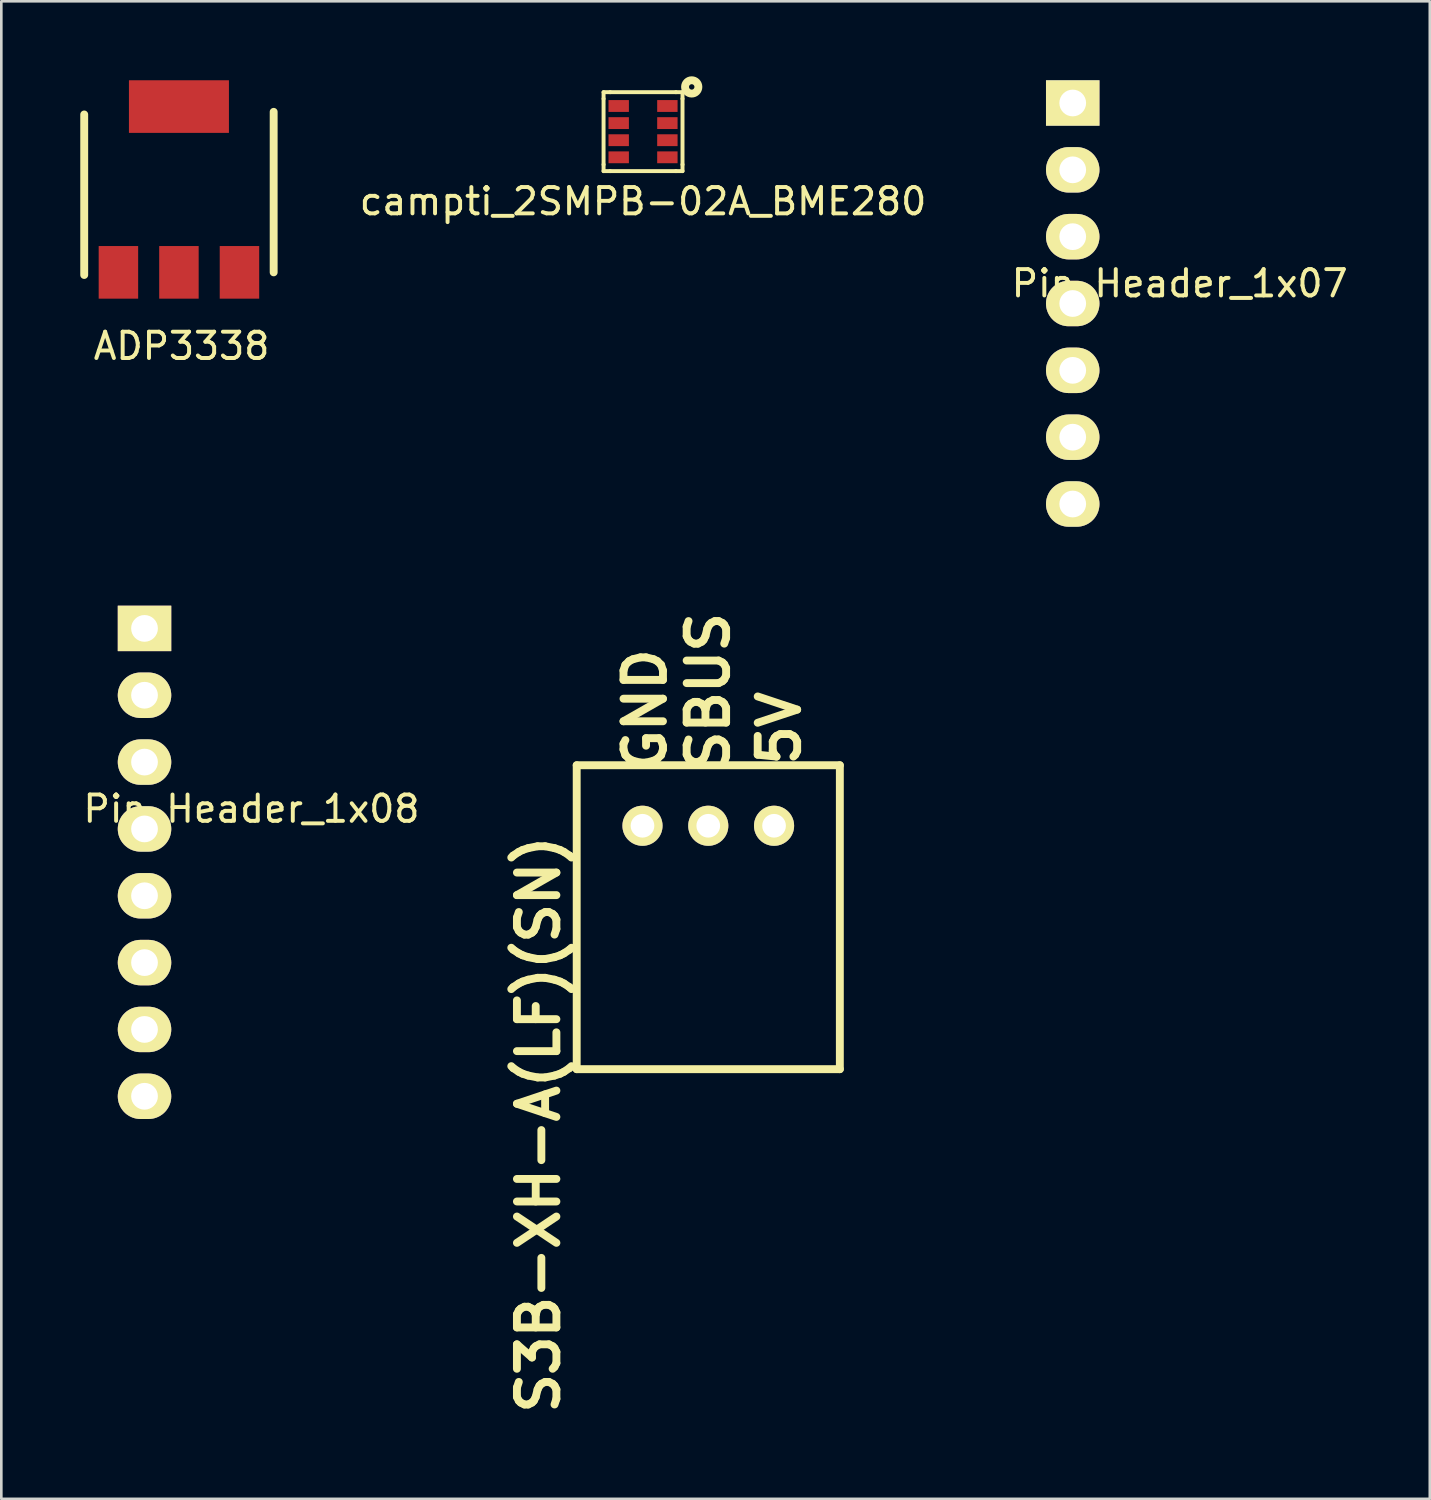
<source format=kicad_pcb>
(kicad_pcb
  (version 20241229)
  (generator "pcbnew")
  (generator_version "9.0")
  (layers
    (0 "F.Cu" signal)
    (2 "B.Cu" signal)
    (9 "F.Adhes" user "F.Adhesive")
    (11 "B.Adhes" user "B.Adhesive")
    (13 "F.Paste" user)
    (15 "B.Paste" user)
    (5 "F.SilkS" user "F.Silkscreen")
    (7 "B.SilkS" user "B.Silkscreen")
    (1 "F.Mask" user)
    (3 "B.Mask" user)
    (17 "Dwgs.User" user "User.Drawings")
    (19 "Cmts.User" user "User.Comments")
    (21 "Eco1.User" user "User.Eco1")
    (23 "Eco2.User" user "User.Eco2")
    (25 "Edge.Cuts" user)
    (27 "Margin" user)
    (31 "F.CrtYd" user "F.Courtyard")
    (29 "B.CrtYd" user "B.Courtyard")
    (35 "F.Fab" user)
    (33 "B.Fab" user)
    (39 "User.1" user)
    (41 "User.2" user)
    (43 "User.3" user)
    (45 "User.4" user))
  (footprint "ADP3338"
    (layer "F.Cu")
    (at 3.75 7.3)
    (property "Reference" "ADP3338" (at 0.1 2.8 0) (layer "F.SilkS") (effects (font (size 1 1) (thickness 0.15))))
    (attr through_hole)
    (fp_line (start -3.6 -6) (end -3.6 0.1) (stroke (width 0.3) (type solid)) (layer "F.SilkS"))
    (fp_line (start 3.6 -6.1) (end 3.6 0) (stroke (width 0.3) (type solid)) (layer "F.SilkS"))
    (pad "" smd rect (at 0 -6.3) (size 3.8 2) (layers "F.Cu" "F.Mask" "F.Paste"))
    (pad "1" smd rect (at -2.3 0) (size 1.5 2) (layers "F.Cu" "F.Mask" "F.Paste"))
    (pad "2" smd rect (at 0 0) (size 1.5 2) (layers "F.Cu" "F.Mask" "F.Paste"))
    (pad "3" smd rect (at 2.3 0) (size 1.5 2) (layers "F.Cu" "F.Mask" "F.Paste")))
  (footprint "campti_2SMPB-02A_BME280"
    (layer "F.Cu")
    (at 21.387 1.953)
    (property "Reference" "campti_2SMPB-02A_BME280" (at 0 2.65 0) (layer "F.SilkS") (effects (font (size 1 1) (thickness 0.15))))
    (attr through_hole)
    (fp_line (start -1.5 -1.5) (end -1.5 -1.25) (stroke (width 0.15) (type solid)) (layer "F.SilkS"))
    (fp_line (start -1.5 -1.25) (end -1.5 1.25) (stroke (width 0.15) (type solid)) (layer "F.SilkS"))
    (fp_line (start -1.5 1.25) (end -1.5 1.5) (stroke (width 0.15) (type solid)) (layer "F.SilkS"))
    (fp_line (start -1.5 1.5) (end -1.25 1.5) (stroke (width 0.15) (type solid)) (layer "F.SilkS"))
    (fp_line (start -1.25 -1.5) (end -1.5 -1.5) (stroke (width 0.15) (type solid)) (layer "F.SilkS"))
    (fp_line (start -1.25 1.5) (end 1.25 1.5) (stroke (width 0.15) (type solid)) (layer "F.SilkS"))
    (fp_line (start 1.25 -1.5) (end -1.25 -1.5) (stroke (width 0.15) (type solid)) (layer "F.SilkS"))
    (fp_line (start 1.25 1.5) (end 1.5 1.5) (stroke (width 0.15) (type solid)) (layer "F.SilkS"))
    (fp_line (start 1.5 -1.5) (end 1.25 -1.5) (stroke (width 0.15) (type solid)) (layer "F.SilkS"))
    (fp_line (start 1.5 -1.25) (end 1.5 -1.5) (stroke (width 0.15) (type solid)) (layer "F.SilkS"))
    (fp_line (start 1.5 1.25) (end 1.5 -1.25) (stroke (width 0.15) (type solid)) (layer "F.SilkS"))
    (fp_line (start 1.5 1.5) (end 1.5 1.25) (stroke (width 0.15) (type solid)) (layer "F.SilkS"))
    (fp_circle (center 1.85 -1.7) (end 1.875 -1.6) (stroke (width 0.3) (type solid)) (fill no) (layer "F.SilkS"))
    (pad "1" smd rect (at 0.925 -0.975) (size 0.775 0.45) (layers "F.Cu" "F.Mask" "F.Paste"))
    (pad "2" smd rect (at 0.925 -0.325) (size 0.775 0.45) (layers "F.Cu" "F.Mask" "F.Paste"))
    (pad "3" smd rect (at 0.925 0.325) (size 0.775 0.45) (layers "F.Cu" "F.Mask" "F.Paste"))
    (pad "4" smd rect (at 0.925 0.975) (size 0.775 0.45) (layers "F.Cu" "F.Mask" "F.Paste"))
    (pad "5" smd rect (at -0.925 0.975) (size 0.775 0.45) (layers "F.Cu" "F.Mask" "F.Paste"))
    (pad "6" smd rect (at -0.925 0.325) (size 0.775 0.45) (layers "F.Cu" "F.Mask" "F.Paste"))
    (pad "7" smd rect (at -0.925 -0.325) (size 0.775 0.45) (layers "F.Cu" "F.Mask" "F.Paste"))
    (pad "8" smd rect (at -0.925 -0.975) (size 0.775 0.45) (layers "F.Cu" "F.Mask" "F.Paste")))
  (footprint "Pin_Header_1x08"
    (placed yes)
    (layer "F.Cu")
    (at 2.442 20.831)
    (property "Reference" "Pin_Header_1x08" (at 4.064 6.858 0) (layer "F.SilkS") (effects (font (size 1 1) (thickness 0.15))))
    (attr through_hole)
    (pad "1" thru_hole rect (at 0 0) (size 2.032 1.727) (drill 1.016) (layers "*.Cu" "*.Mask" "F.SilkS"))
    (pad "2" thru_hole oval (at 0 2.54) (size 2.032 1.727) (drill 1.016) (layers "*.Cu" "*.Mask" "F.SilkS"))
    (pad "3" thru_hole oval (at 0 5.08) (size 2.032 1.727) (drill 1.016) (layers "*.Cu" "*.Mask" "F.SilkS"))
    (pad "4" thru_hole oval (at 0 7.62) (size 2.032 1.727) (drill 1.016) (layers "*.Cu" "*.Mask" "F.SilkS"))
    (pad "5" thru_hole oval (at 0 10.16) (size 2.032 1.727) (drill 1.016) (layers "*.Cu" "*.Mask" "F.SilkS"))
    (pad "6" thru_hole oval (at 0 12.7) (size 2.032 1.727) (drill 1.016) (layers "*.Cu" "*.Mask" "F.SilkS"))
    (pad "7" thru_hole oval (at 0 15.24) (size 2.032 1.727) (drill 1.016) (layers "*.Cu" "*.Mask" "F.SilkS"))
    (pad "8" thru_hole oval (at 0 17.78) (size 2.032 1.727) (drill 1.016) (layers "*.Cu" "*.Mask" "F.SilkS")))
  (footprint "S3B-XH-A(LF)(SN)"
    (layer "F.Cu")
    (at 23.866 28.331)
    (property "Reference" "S3B-XH-A(LF)(SN)" (at -6.45 11.35 90) (layer "F.SilkS") (effects (font (size 1.5 1.5) (thickness 0.3))))
    (attr through_hole)
    (fp_line (start -5 -2.3) (end -5 9.25) (stroke (width 0.3) (type solid)) (layer "F.SilkS"))
    (fp_line (start -5 -2.3) (end 5 -2.3) (stroke (width 0.3) (type solid)) (layer "F.SilkS"))
    (fp_line (start -5 9.25) (end 5 9.25) (stroke (width 0.3) (type solid)) (layer "F.SilkS"))
    (fp_line (start 5 -2.3) (end 5 9.25) (stroke (width 0.3) (type solid)) (layer "F.SilkS"))
    (fp_text user "5V" (at 2.7 -3.7 90) (layer "F.SilkS") (effects (font (size 1.5 1.5) (thickness 0.3))))
    (fp_text user "GND" (at -2.4 -4.4 90) (layer "F.SilkS") (effects (font (size 1.5 1.5) (thickness 0.3))))
    (fp_text user "SBUS" (at 0 -5.1 90) (layer "F.SilkS") (effects (font (size 1.5 1.5) (thickness 0.3))))
    (pad "1" thru_hole circle (at -2.5 0) (size 1.524 1.524) (drill 0.9) (layers "*.Cu" "*.Mask" "F.SilkS"))
    (pad "2" thru_hole circle (at 0 0) (size 1.524 1.524) (drill 0.9) (layers "*.Cu" "*.Mask" "F.SilkS"))
    (pad "3" thru_hole circle (at 2.5 0) (size 1.524 1.524) (drill 0.9) (layers "*.Cu" "*.Mask" "F.SilkS")))
  (footprint "Pin_Header_1x07"
    (placed yes)
    (layer "F.Cu")
    (at 37.716 0.864)
    (property "Reference" "Pin_Header_1x07" (at 4.064 6.858 0) (layer "F.SilkS") (effects (font (size 1 1) (thickness 0.15))))
    (attr through_hole)
    (pad "1" thru_hole rect (at 0 0) (size 2.032 1.727) (drill 1.016) (layers "*.Cu" "*.Mask" "F.SilkS"))
    (pad "2" thru_hole oval (at 0 2.54) (size 2.032 1.727) (drill 1.016) (layers "*.Cu" "*.Mask" "F.SilkS"))
    (pad "3" thru_hole oval (at 0 5.08) (size 2.032 1.727) (drill 1.016) (layers "*.Cu" "*.Mask" "F.SilkS"))
    (pad "4" thru_hole oval (at 0 7.62) (size 2.032 1.727) (drill 1.016) (layers "*.Cu" "*.Mask" "F.SilkS"))
    (pad "5" thru_hole oval (at 0 10.16) (size 2.032 1.727) (drill 1.016) (layers "*.Cu" "*.Mask" "F.SilkS"))
    (pad "6" thru_hole oval (at 0 12.7) (size 2.032 1.727) (drill 1.016) (layers "*.Cu" "*.Mask" "F.SilkS"))
    (pad "7" thru_hole oval (at 0 15.24) (size 2.032 1.727) (drill 1.016) (layers "*.Cu" "*.Mask" "F.SilkS")))
  (gr_rect
    (start -3 -3)
    (end 51.286 53.91)
    (stroke (width 0.1) (type default))
    (fill no)
    (layer "Edge.Cuts")))
</source>
